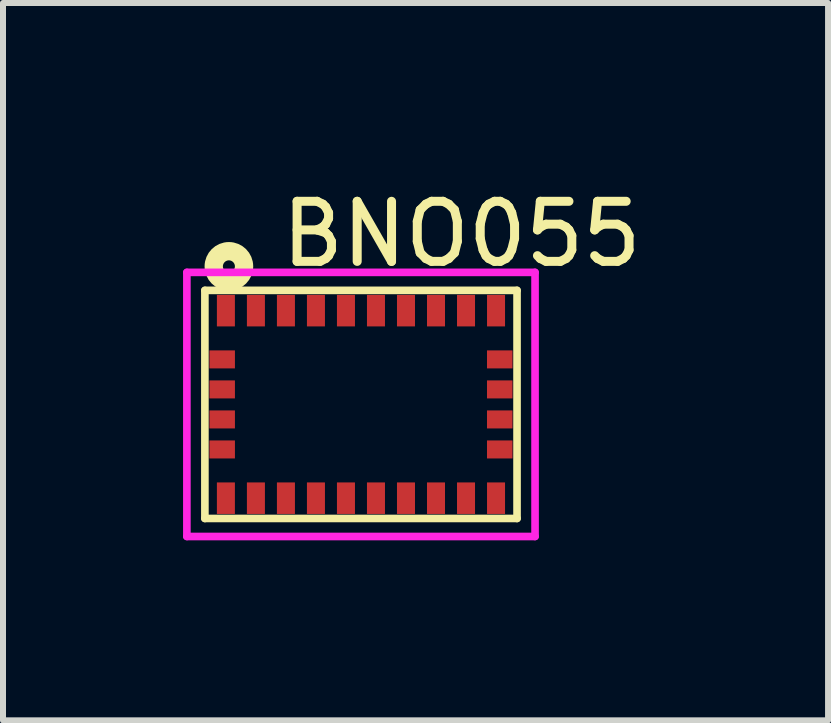
<source format=kicad_pcb>
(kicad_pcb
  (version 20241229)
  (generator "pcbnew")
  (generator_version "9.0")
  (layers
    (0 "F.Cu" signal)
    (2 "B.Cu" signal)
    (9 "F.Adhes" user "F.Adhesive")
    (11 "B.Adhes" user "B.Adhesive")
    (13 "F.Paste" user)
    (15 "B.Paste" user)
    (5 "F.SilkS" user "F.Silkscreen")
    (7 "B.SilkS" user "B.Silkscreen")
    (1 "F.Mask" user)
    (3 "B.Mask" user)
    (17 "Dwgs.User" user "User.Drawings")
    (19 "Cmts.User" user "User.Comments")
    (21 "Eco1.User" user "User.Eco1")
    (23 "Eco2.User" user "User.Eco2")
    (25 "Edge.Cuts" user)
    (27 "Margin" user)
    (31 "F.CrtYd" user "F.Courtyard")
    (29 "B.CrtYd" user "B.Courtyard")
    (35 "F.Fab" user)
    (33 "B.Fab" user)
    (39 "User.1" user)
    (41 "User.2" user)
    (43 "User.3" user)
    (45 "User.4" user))
  (footprint "BNO055"
    (layer "F.Cu")
    (at 2.963 3.687)
    (property "Reference" "BNO055" (at 1.677 -2.838 0) (layer "F.SilkS") (effects (font (size 1.001 1.001) (thickness 0.15))))
    (attr smd)
    (fp_line (start -2.6 -1.9) (end -2.6 1.9) (stroke (width 0.127) (type solid)) (layer "F.SilkS"))
    (fp_line (start -2.6 1.9) (end 2.6 1.9) (stroke (width 0.127) (type solid)) (layer "F.SilkS"))
    (fp_line (start 2.6 -1.9) (end -2.6 -1.9) (stroke (width 0.127) (type solid)) (layer "F.SilkS"))
    (fp_line (start 2.6 1.9) (end 2.6 -1.9) (stroke (width 0.127) (type solid)) (layer "F.SilkS"))
    (fp_circle (center -2.2 -2.3) (end -2.1 -2.3) (stroke (width 0.305) (type solid)) (fill no) (layer "F.SilkS"))
    (fp_line (start -2.9 -2.2) (end 2.9 -2.2) (stroke (width 0.127) (type solid)) (layer "F.CrtYd"))
    (fp_line (start -2.9 2.2) (end -2.9 -2.2) (stroke (width 0.127) (type solid)) (layer "F.CrtYd"))
    (fp_line (start 2.9 -2.2) (end 2.9 2.2) (stroke (width 0.127) (type solid)) (layer "F.CrtYd"))
    (fp_line (start 2.9 2.2) (end -2.9 2.2) (stroke (width 0.127) (type solid)) (layer "F.CrtYd"))
    (pad "1" smd rect (at -2.25 -1.562) (size 0.3 0.525) (layers "F.Cu" "F.Mask" "F.Paste"))
    (pad "2" smd rect (at -2.312 -0.75) (size 0.425 0.3) (layers "F.Cu" "F.Mask" "F.Paste"))
    (pad "3" smd rect (at -2.312 -0.25) (size 0.425 0.3) (layers "F.Cu" "F.Mask" "F.Paste"))
    (pad "4" smd rect (at -2.312 0.25) (size 0.425 0.3) (layers "F.Cu" "F.Mask" "F.Paste"))
    (pad "5" smd rect (at -2.312 0.75) (size 0.425 0.3) (layers "F.Cu" "F.Mask" "F.Paste"))
    (pad "6" smd rect (at -2.25 1.562) (size 0.3 0.525) (layers "F.Cu" "F.Mask" "F.Paste"))
    (pad "7" smd rect (at -1.75 1.562) (size 0.3 0.525) (layers "F.Cu" "F.Mask" "F.Paste"))
    (pad "8" smd rect (at -1.25 1.562) (size 0.3 0.525) (layers "F.Cu" "F.Mask" "F.Paste"))
    (pad "9" smd rect (at -0.75 1.562) (size 0.3 0.525) (layers "F.Cu" "F.Mask" "F.Paste"))
    (pad "10" smd rect (at -0.25 1.562) (size 0.3 0.525) (layers "F.Cu" "F.Mask" "F.Paste"))
    (pad "11" smd rect (at 0.25 1.562) (size 0.3 0.525) (layers "F.Cu" "F.Mask" "F.Paste"))
    (pad "12" smd rect (at 0.75 1.562) (size 0.3 0.525) (layers "F.Cu" "F.Mask" "F.Paste"))
    (pad "13" smd rect (at 1.25 1.562) (size 0.3 0.525) (layers "F.Cu" "F.Mask" "F.Paste"))
    (pad "14" smd rect (at 1.75 1.562) (size 0.3 0.525) (layers "F.Cu" "F.Mask" "F.Paste"))
    (pad "15" smd rect (at 2.25 1.562) (size 0.3 0.525) (layers "F.Cu" "F.Mask" "F.Paste"))
    (pad "16" smd rect (at 2.312 0.75) (size 0.425 0.3) (layers "F.Cu" "F.Mask" "F.Paste"))
    (pad "17" smd rect (at 2.312 0.25) (size 0.425 0.3) (layers "F.Cu" "F.Mask" "F.Paste"))
    (pad "18" smd rect (at 2.312 -0.25) (size 0.425 0.3) (layers "F.Cu" "F.Mask" "F.Paste"))
    (pad "19" smd rect (at 2.312 -0.75) (size 0.425 0.3) (layers "F.Cu" "F.Mask" "F.Paste"))
    (pad "20" smd rect (at 2.25 -1.562) (size 0.3 0.525) (layers "F.Cu" "F.Mask" "F.Paste"))
    (pad "21" smd rect (at 1.75 -1.562) (size 0.3 0.525) (layers "F.Cu" "F.Mask" "F.Paste"))
    (pad "22" smd rect (at 1.25 -1.562) (size 0.3 0.525) (layers "F.Cu" "F.Mask" "F.Paste"))
    (pad "23" smd rect (at 0.75 -1.562) (size 0.3 0.525) (layers "F.Cu" "F.Mask" "F.Paste"))
    (pad "24" smd rect (at 0.25 -1.562) (size 0.3 0.525) (layers "F.Cu" "F.Mask" "F.Paste"))
    (pad "25" smd rect (at -0.25 -1.562) (size 0.3 0.525) (layers "F.Cu" "F.Mask" "F.Paste"))
    (pad "26" smd rect (at -0.75 -1.562) (size 0.3 0.525) (layers "F.Cu" "F.Mask" "F.Paste"))
    (pad "27" smd rect (at -1.25 -1.562) (size 0.3 0.525) (layers "F.Cu" "F.Mask" "F.Paste"))
    (pad "28" smd rect (at -1.75 -1.562) (size 0.3 0.525) (layers "F.Cu" "F.Mask" "F.Paste")))
  (gr_rect
    (start -3 -3)
    (end 10.744 8.95)
    (stroke (width 0.1) (type default))
    (fill no)
    (layer "Edge.Cuts")))
</source>
